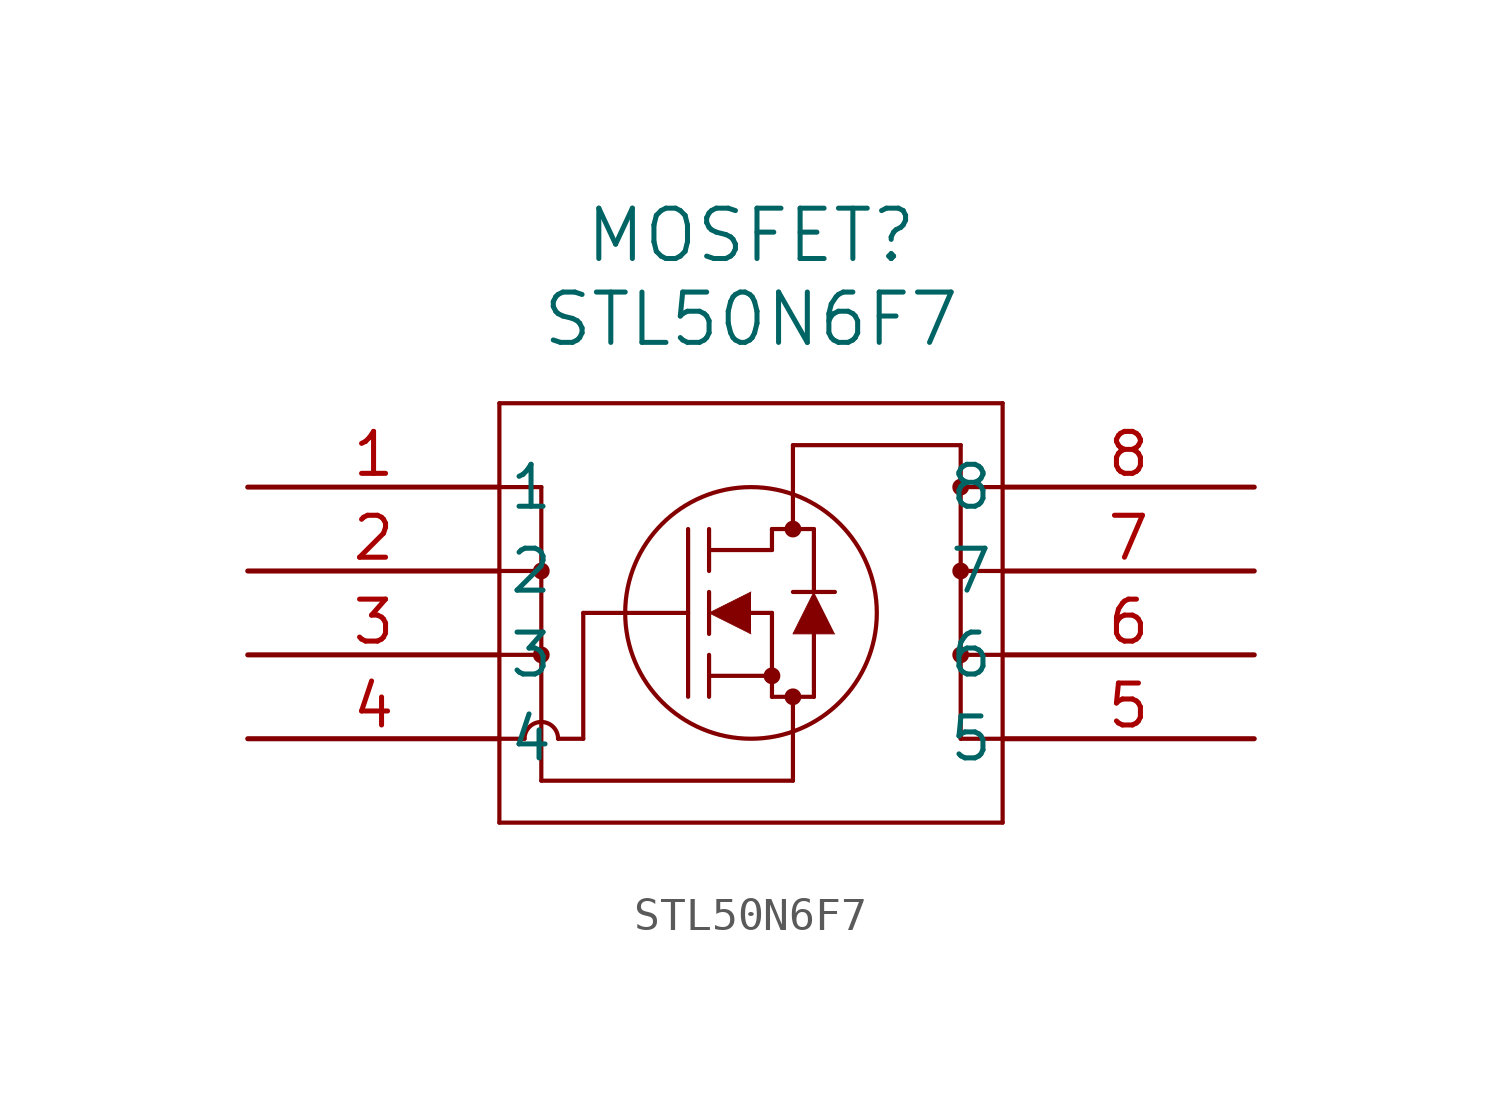
<source format=kicad_sym>
(kicad_symbol_lib
  (version 20211014)
  (generator kicad_symbol_editor)
  (symbol "STL50N6F7"
    (pin_names
      (offset 0.254))
    (property "Reference" "MOSFET"
      (at 15.24 7.62 0)
      (effects (font (size 1.524 1.524))))
    (property "Value" "STL50N6F7"
      (at 15.24 5.08 0)
      (effects (font (size 1.524 1.524))))
    (symbol "STL50N6F7_0_1"
      (polyline (pts (xy 7.62 2.54) (xy 7.62 -10.16)) (stroke (width 0.127) (type default) (color 0 0 0 0)) (fill (type none)))
      (polyline (pts (xy 7.62 -10.16) (xy 22.86 -10.16)) (stroke (width 0.127) (type default) (color 0 0 0 0)) (fill (type none)))
      (polyline (pts (xy 22.86 -10.16) (xy 22.86 2.54)) (stroke (width 0.127) (type default) (color 0 0 0 0)) (fill (type none)))
      (polyline (pts (xy 22.86 2.54) (xy 7.62 2.54)) (stroke (width 0.127) (type default) (color 0 0 0 0)) (fill (type none)))
      (circle (center 16.51 -1.27) (radius 0.127) (stroke (width 0.254) (type default) (color 0 0 0 0)) (fill (type none)))
      (circle (center 16.51 -6.35) (radius 0.127) (stroke (width 0.254) (type default) (color 0 0 0 0)) (fill (type none)))
      (circle (center 15.875 -5.715) (radius 0.127) (stroke (width 0.254) (type default) (color 0 0 0 0)) (fill (type none)))
      (circle (center 15.24 -3.81) (radius 3.81) (stroke (width 0.127) (type default) (color 0 0 0 0)) (fill (type none)))
      (polyline (pts (xy 10.16 -3.81) (xy 13.335 -3.81)) (stroke (width 0.127) (type default) (color 0 0 0 0)) (fill (type none)))
      (polyline (pts (xy 13.335 -6.35) (xy 13.335 -1.27)) (stroke (width 0.127) (type default) (color 0 0 0 0)) (fill (type none)))
      (polyline (pts (xy 13.97 -4.445) (xy 13.97 -3.175)) (stroke (width 0.127) (type default) (color 0 0 0 0)) (fill (type none)))
      (polyline (pts (xy 13.97 -6.35) (xy 13.97 -5.08)) (stroke (width 0.127) (type default) (color 0 0 0 0)) (fill (type none)))
      (polyline (pts (xy 13.97 -2.54) (xy 13.97 -1.27)) (stroke (width 0.127) (type default) (color 0 0 0 0)) (fill (type none)))
      (polyline (pts (xy 15.24 -3.81) (xy 15.875 -3.81)) (stroke (width 0.127) (type default) (color 0 0 0 0)) (fill (type none)))
      (polyline (pts (xy 13.97 -5.715) (xy 15.875 -5.715)) (stroke (width 0.127) (type default) (color 0 0 0 0)) (fill (type none)))
      (polyline (pts (xy 15.875 -6.35) (xy 15.875 -3.81)) (stroke (width 0.127) (type default) (color 0 0 0 0)) (fill (type none)))
      (polyline (pts (xy 15.875 -6.35) (xy 17.145 -6.35)) (stroke (width 0.127) (type default) (color 0 0 0 0)) (fill (type none)))
      (polyline (pts (xy 13.97 -1.905) (xy 15.875 -1.905)) (stroke (width 0.127) (type default) (color 0 0 0 0)) (fill (type none)))
      (polyline (pts (xy 17.145 -3.175) (xy 17.145 -1.27)) (stroke (width 0.127) (type default) (color 0 0 0 0)) (fill (type none)))
      (polyline (pts (xy 17.145 -6.35) (xy 17.145 -4.445)) (stroke (width 0.127) (type default) (color 0 0 0 0)) (fill (type none)))
      (polyline (pts (xy 17.78 -3.175) (xy 16.51 -3.175)) (stroke (width 0.127) (type default) (color 0 0 0 0)) (fill (type none)))
      (polyline (pts (xy 15.875 -1.27) (xy 17.145 -1.27)) (stroke (width 0.127) (type default) (color 0 0 0 0)) (fill (type none)))
      (polyline (pts (xy 15.875 -1.905) (xy 15.875 -1.27)) (stroke (width 0.127) (type default) (color 0 0 0 0)) (fill (type none)))
      (polyline (pts (xy 7.62 -7.62) (xy 8.382 -7.62)) (stroke (width 0.127) (type default) (color 0 0 0 0)) (fill (type none)))
      (polyline (pts (xy 8.89 0) (xy 8.89 -8.89)) (stroke (width 0.127) (type default) (color 0 0 0 0)) (fill (type none)))
      (polyline (pts (xy 7.62 0) (xy 8.89 0)) (stroke (width 0.127) (type default) (color 0 0 0 0)) (fill (type none)))
      (polyline (pts (xy 7.62 -2.54) (xy 8.89 -2.54)) (stroke (width 0.127) (type default) (color 0 0 0 0)) (fill (type none)))
      (polyline (pts (xy 7.62 -5.08) (xy 8.89 -5.08)) (stroke (width 0.127) (type default) (color 0 0 0 0)) (fill (type none)))
      (arc (start 9.398 -7.62) (mid 8.89 -7.112) (end 8.382 -7.62) (stroke (width 0.127) (type default) (color 0 0 0 0)) (fill (type none)))
      (polyline (pts (xy 10.16 -7.62) (xy 9.398 -7.62)) (stroke (width 0.127) (type default) (color 0 0 0 0)) (fill (type none)))
      (polyline (pts (xy 8.89 -8.89) (xy 16.51 -8.89)) (stroke (width 0.127) (type default) (color 0 0 0 0)) (fill (type none)))
      (polyline (pts (xy 16.51 -8.89) (xy 16.51 -6.35)) (stroke (width 0.127) (type default) (color 0 0 0 0)) (fill (type none)))
      (polyline (pts (xy 22.86 -7.62) (xy 21.59 -7.62)) (stroke (width 0.127) (type default) (color 0 0 0 0)) (fill (type none)))
      (polyline (pts (xy 21.59 -7.62) (xy 21.59 1.27)) (stroke (width 0.127) (type default) (color 0 0 0 0)) (fill (type none)))
      (polyline (pts (xy 22.86 -5.08) (xy 21.59 -5.08)) (stroke (width 0.127) (type default) (color 0 0 0 0)) (fill (type none)))
      (polyline (pts (xy 22.86 -2.54) (xy 21.59 -2.54)) (stroke (width 0.127) (type default) (color 0 0 0 0)) (fill (type none)))
      (polyline (pts (xy 21.59 1.27) (xy 16.51 1.27)) (stroke (width 0.127) (type default) (color 0 0 0 0)) (fill (type none)))
      (polyline (pts (xy 16.51 1.27) (xy 16.51 -1.27)) (stroke (width 0.127) (type default) (color 0 0 0 0)) (fill (type none)))
      (circle (center 8.89 -2.54) (radius 0.127) (stroke (width 0.254) (type default) (color 0 0 0 0)) (fill (type none)))
      (circle (center 8.89 -5.08) (radius 0.127) (stroke (width 0.254) (type default) (color 0 0 0 0)) (fill (type none)))
      (polyline (pts (xy 10.16 -3.81) (xy 10.16 -7.62)) (stroke (width 0.127) (type default) (color 0 0 0 0)) (fill (type none)))
      (circle (center 21.59 0) (radius 0.127) (stroke (width 0.254) (type default) (color 0 0 0 0)) (fill (type none)))
      (circle (center 21.59 -2.54) (radius 0.127) (stroke (width 0.254) (type default) (color 0 0 0 0)) (fill (type none)))
      (circle (center 21.59 -5.08) (radius 0.127) (stroke (width 0.254) (type default) (color 0 0 0 0)) (fill (type none)))
      (polyline (pts (xy 15.24 -3.175) (xy 13.97 -3.81) (xy 15.24 -4.445)) (stroke (width 0.025) (type default) (color 0 0 0 0)) (fill (type outline)))
      (polyline (pts (xy 17.78 -4.445) (xy 16.51 -4.445) (xy 17.145 -3.175)) (stroke (width 0.025) (type default) (color 0 0 0 0)) (fill (type outline)))
      (polyline (pts (xy 22.86 0) (xy 21.59 0)) (stroke (width 0.127) (type default) (color 0 0 0 0)) (fill (type none)))
      (pin unspecified line (at 0 0 0) (length 7.62) (name "1" (effects (font (size 1.27 1.27)))) (number "1" (effects (font (size 1.27 1.27)))))
      (pin unspecified line (at 0 -2.54 0) (length 7.62) (name "2" (effects (font (size 1.27 1.27)))) (number "2" (effects (font (size 1.27 1.27)))))
      (pin unspecified line (at 0 -5.08 0) (length 7.62) (name "3" (effects (font (size 1.27 1.27)))) (number "3" (effects (font (size 1.27 1.27)))))
      (pin unspecified line (at 0 -7.62 0) (length 7.62) (name "4" (effects (font (size 1.27 1.27)))) (number "4" (effects (font (size 1.27 1.27)))))
      (pin unspecified line (at 30.48 -7.62 180) (length 7.62) (name "5" (effects (font (size 1.27 1.27)))) (number "5" (effects (font (size 1.27 1.27)))))
      (pin unspecified line (at 30.48 -5.08 180) (length 7.62) (name "6" (effects (font (size 1.27 1.27)))) (number "6" (effects (font (size 1.27 1.27)))))
      (pin unspecified line (at 30.48 -2.54 180) (length 7.62) (name "7" (effects (font (size 1.27 1.27)))) (number "7" (effects (font (size 1.27 1.27)))))
      (pin unspecified line (at 30.48 0 180) (length 7.62) (name "8" (effects (font (size 1.27 1.27)))) (number "8" (effects (font (size 1.27 1.27))))))))
</source>
